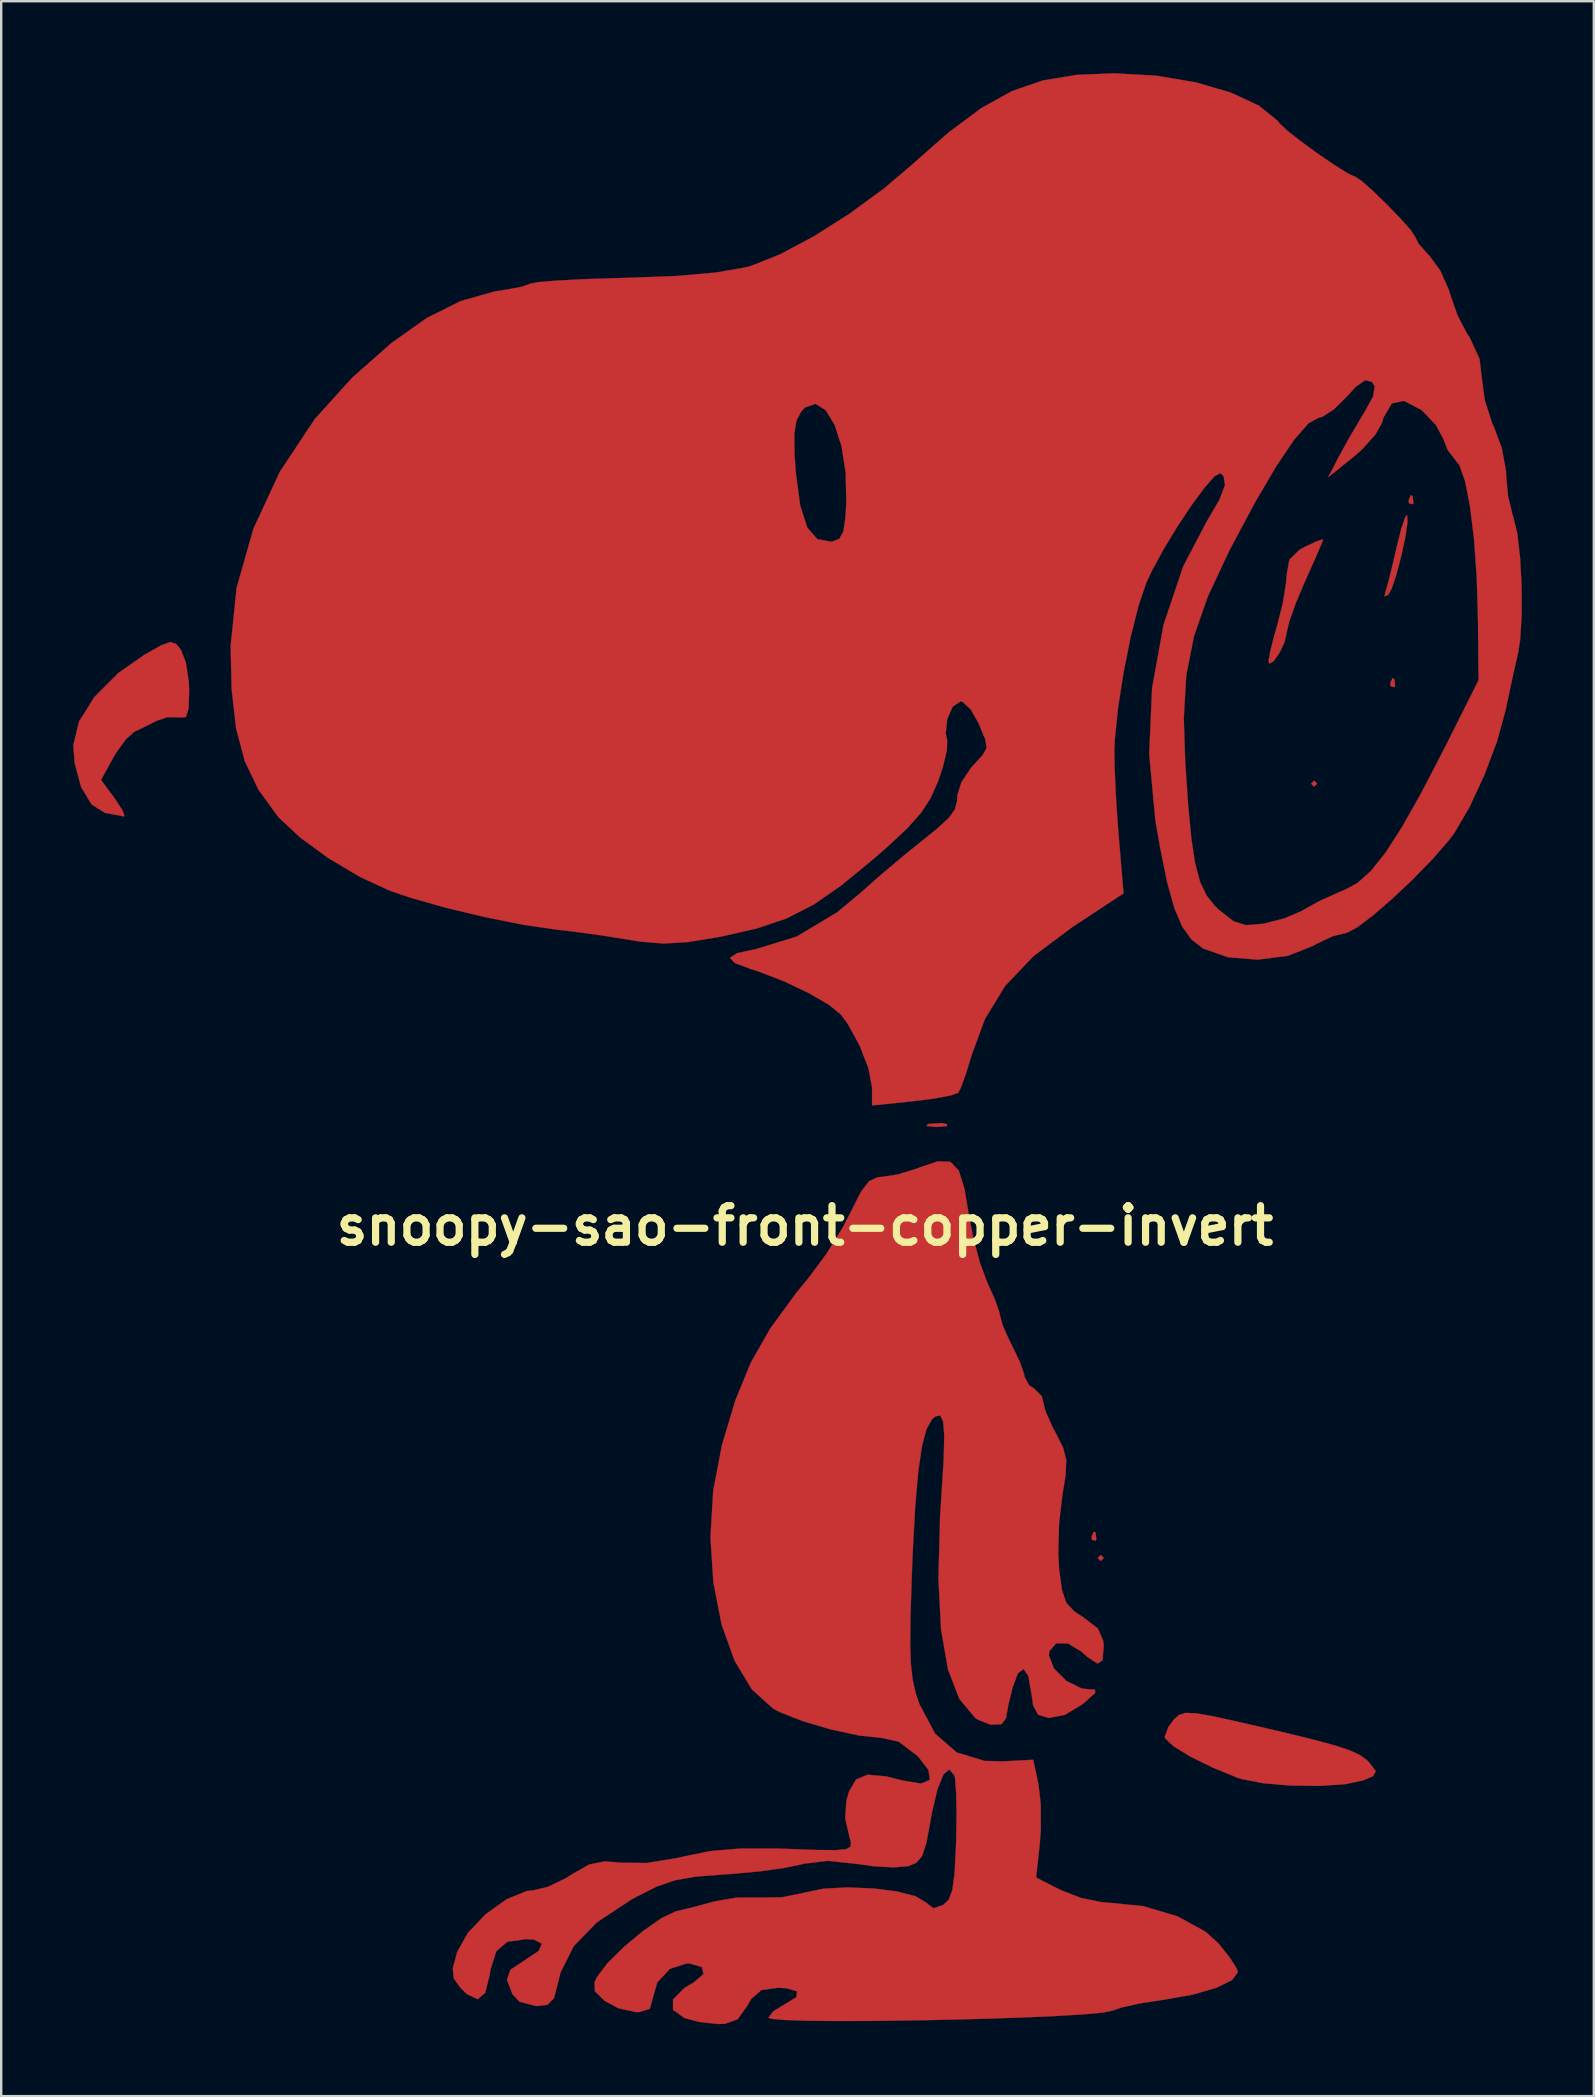
<source format=kicad_pcb>
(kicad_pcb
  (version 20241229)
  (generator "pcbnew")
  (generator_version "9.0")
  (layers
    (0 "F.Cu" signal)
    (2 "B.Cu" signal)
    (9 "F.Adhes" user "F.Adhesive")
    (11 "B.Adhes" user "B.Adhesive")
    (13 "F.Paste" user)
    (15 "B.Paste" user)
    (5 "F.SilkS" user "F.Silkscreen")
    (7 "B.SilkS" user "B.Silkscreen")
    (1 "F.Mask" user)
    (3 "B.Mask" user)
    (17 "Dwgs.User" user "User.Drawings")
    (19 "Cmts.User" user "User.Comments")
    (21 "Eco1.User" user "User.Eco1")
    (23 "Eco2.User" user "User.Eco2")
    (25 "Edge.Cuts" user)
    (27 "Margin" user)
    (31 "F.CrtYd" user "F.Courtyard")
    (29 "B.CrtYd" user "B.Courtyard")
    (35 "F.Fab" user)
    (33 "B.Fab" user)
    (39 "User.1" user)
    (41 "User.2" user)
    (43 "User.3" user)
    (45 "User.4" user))
  (footprint "snoopy-sao-front-copper-invert"
    (layer "F.Cu")
    (at 30.485 48.011)
    (property "Reference" "snoopy-sao-front-copper-invert" (at 0 0 0) (layer "F.SilkS") (effects (font (size 1.524 1.524) (thickness 0.3))))
    (attr through_hole)
    (fp_poly (pts (xy 12.446 13.843) (xy 12.319 13.97) (xy 12.192 13.843) (xy 12.319 13.716) (xy 12.446 13.843)) (stroke (width 0.01) (type solid)) (fill yes) (layer "F.Cu"))
    (fp_poly (pts (xy 21.336 -18.415) (xy 21.209 -18.288) (xy 21.082 -18.415) (xy 21.209 -18.542) (xy 21.336 -18.415)) (stroke (width 0.01) (type solid)) (fill yes) (layer "F.Cu"))
    (fp_poly (pts (xy 12.107 12.785) (xy 12.138 13.086) (xy 12.107 13.123) (xy 11.956 13.088) (xy 11.938 12.954) (xy 12.031 12.745) (xy 12.107 12.785)) (stroke (width 0.01) (type solid)) (fill yes) (layer "F.Cu"))
    (fp_poly (pts (xy 24.553 -22.775) (xy 24.584 -22.474) (xy 24.553 -22.437) (xy 24.402 -22.472) (xy 24.384 -22.606) (xy 24.477 -22.815) (xy 24.553 -22.775)) (stroke (width 0.01) (type solid)) (fill yes) (layer "F.Cu"))
    (fp_poly (pts (xy 25.315 -30.395) (xy 25.346 -30.094) (xy 25.315 -30.057) (xy 25.164 -30.092) (xy 25.146 -30.226) (xy 25.239 -30.435) (xy 25.315 -30.395)) (stroke (width 0.01) (type solid)) (fill yes) (layer "F.Cu"))
    (fp_poly (pts (xy 5.91 -4.231) (xy 5.919 -4.147) (xy 5.521 -4.113) (xy 5.461 -4.114) (xy 5.067 -4.15) (xy 5.105 -4.227) (xy 5.148 -4.24) (xy 5.702 -4.277) (xy 5.91 -4.231)) (stroke (width 0.01) (type solid)) (fill yes) (layer "F.Cu"))
    (fp_poly (pts (xy 25.103 -29.308) (xy 25.01 -28.683) (xy 24.842 -27.902) (xy 24.639 -27.129) (xy 24.437 -26.53) (xy 24.306 -26.289) (xy 24.144 -26.21) (xy 24.187 -26.416) (xy 24.313 -26.862) (xy 24.498 -27.617) (xy 24.646 -28.259) (xy 24.836 -29.015) (xy 24.997 -29.502) (xy 25.082 -29.612) (xy 25.103 -29.308)) (stroke (width 0.01) (type solid)) (fill yes) (layer "F.Cu"))
    (fp_poly (pts (xy 21.59 -28.591) (xy 21.493 -28.342) (xy 21.237 -27.752) (xy 20.876 -26.943) (xy 20.828 -26.838) (xy 20.45 -25.942) (xy 20.177 -25.179) (xy 20.066 -24.706) (xy 20.066 -24.692) (xy 19.976 -24.299) (xy 19.765 -23.86) (xy 19.526 -23.517) (xy 19.35 -23.412) (xy 19.312 -23.518) (xy 19.377 -23.906) (xy 19.551 -24.59) (xy 19.682 -25.042) (xy 19.909 -25.951) (xy 20.046 -26.805) (xy 20.063 -27.096) (xy 20.177 -27.742) (xy 20.606 -28.163) (xy 20.828 -28.283) (xy 21.339 -28.519) (xy 21.586 -28.596) (xy 21.59 -28.591)) (stroke (width 0.01) (type solid)) (fill yes) (layer "F.Cu"))
    (fp_poly (pts (xy 16.288 20.313) (xy 16.995 20.436) (xy 18.071 20.673) (xy 18.357 20.739) (xy 20.013 21.124) (xy 21.246 21.426) (xy 22.128 21.668) (xy 22.733 21.872) (xy 23.134 22.063) (xy 23.405 22.262) (xy 23.516 22.375) (xy 23.779 22.725) (xy 23.666 22.931) (xy 23.258 23.108) (xy 22.493 23.269) (xy 21.414 23.339) (xy 20.208 23.323) (xy 19.06 23.223) (xy 18.156 23.045) (xy 18.02 23) (xy 16.967 22.568) (xy 16.044 22.112) (xy 15.356 21.689) (xy 15.008 21.361) (xy 14.986 21.287) (xy 15.143 20.879) (xy 15.372 20.568) (xy 15.579 20.384) (xy 15.85 20.297) (xy 16.288 20.313)) (stroke (width 0.01) (type solid)) (fill yes) (layer "F.Cu"))
    (fp_poly (pts (xy -26.192 -24.229) (xy -26.001 -23.999) (xy -25.794 -23.469) (xy -25.67 -22.672) (xy -25.654 -22.276) (xy -25.682 -21.531) (xy -25.789 -21.193) (xy -26.011 -21.165) (xy -26.045 -21.178) (xy -26.562 -21.186) (xy -26.998 -21.038) (xy -27.598 -20.739) (xy -27.94 -20.577) (xy -28.299 -20.255) (xy -28.719 -19.668) (xy -28.824 -19.487) (xy -29.326 -18.57) (xy -28.752 -17.794) (xy -28.435 -17.312) (xy -28.348 -17.063) (xy -28.377 -17.053) (xy -28.762 -17.123) (xy -29.168 -17.2) (xy -29.717 -17.544) (xy -30.154 -18.27) (xy -30.423 -19.258) (xy -30.48 -20.012) (xy -30.248 -20.993) (xy -29.602 -22.025) (xy -28.613 -23.019) (xy -27.503 -23.795) (xy -26.823 -24.178) (xy -26.434 -24.316) (xy -26.192 -24.229)) (stroke (width 0.01) (type solid)) (fill yes) (layer "F.Cu"))
    (fp_poly (pts (xy 14.644 -47.907) (xy 16.286 -47.629) (xy 17.742 -47.203) (xy 18.91 -46.66) (xy 19.688 -46.03) (xy 19.765 -45.931) (xy 20.078 -45.631) (xy 20.656 -45.175) (xy 21.367 -44.658) (xy 22.074 -44.175) (xy 22.646 -43.82) (xy 22.943 -43.688) (xy 23.197 -43.52) (xy 23.673 -43.095) (xy 24.25 -42.533) (xy 24.81 -41.954) (xy 25.234 -41.478) (xy 25.4 -41.225) (xy 25.569 -40.899) (xy 25.979 -40.439) (xy 26.01 -40.409) (xy 26.465 -39.79) (xy 26.831 -38.967) (xy 26.892 -38.758) (xy 27.189 -37.906) (xy 27.585 -37.155) (xy 27.679 -37.024) (xy 28.102 -36.109) (xy 28.194 -35.319) (xy 28.318 -34.39) (xy 28.625 -33.437) (xy 28.702 -33.274) (xy 29.033 -32.38) (xy 29.204 -31.44) (xy 29.21 -31.269) (xy 29.287 -30.403) (xy 29.474 -29.62) (xy 29.504 -29.544) (xy 29.672 -28.853) (xy 29.791 -27.824) (xy 29.855 -26.625) (xy 29.857 -25.423) (xy 29.792 -24.387) (xy 29.709 -23.876) (xy 29.539 -23.124) (xy 29.326 -22.137) (xy 29.184 -21.463) (xy 28.829 -20.175) (xy 28.303 -18.774) (xy 27.686 -17.443) (xy 27.055 -16.365) (xy 26.843 -16.077) (xy 26.155 -15.286) (xy 25.335 -14.442) (xy 24.474 -13.629) (xy 23.664 -12.928) (xy 22.998 -12.423) (xy 22.568 -12.197) (xy 22.527 -12.192) (xy 21.994 -12.062) (xy 21.309 -11.742) (xy 21.169 -11.659) (xy 20.121 -11.244) (xy 18.868 -11.083) (xy 17.622 -11.182) (xy 16.592 -11.546) (xy 16.576 -11.555) (xy 16.105 -11.922) (xy 15.719 -12.453) (xy 15.39 -13.221) (xy 15.089 -14.3) (xy 14.791 -15.766) (xy 14.596 -16.891) (xy 14.34 -19.647) (xy 14.405 -21.147) (xy 15.781 -21.147) (xy 15.84 -19.318) (xy 15.964 -17.499) (xy 16.097 -16.111) (xy 16.257 -15.076) (xy 16.461 -14.318) (xy 16.727 -13.759) (xy 17.073 -13.323) (xy 17.25 -13.153) (xy 17.849 -12.685) (xy 18.371 -12.519) (xy 19.077 -12.578) (xy 19.132 -12.587) (xy 19.971 -12.804) (xy 20.699 -13.112) (xy 20.804 -13.177) (xy 21.453 -13.535) (xy 22.273 -13.904) (xy 22.461 -13.977) (xy 23.016 -14.276) (xy 23.582 -14.784) (xy 24.194 -15.552) (xy 24.886 -16.629) (xy 25.695 -18.068) (xy 26.653 -19.916) (xy 26.854 -20.316) (xy 28.06 -22.726) (xy 28.036 -25.269) (xy 27.984 -27.025) (xy 27.869 -28.623) (xy 27.702 -29.986) (xy 27.494 -31.036) (xy 27.256 -31.696) (xy 27.127 -31.856) (xy 26.779 -32.306) (xy 26.594 -32.775) (xy 26.285 -33.355) (xy 25.737 -33.931) (xy 25.648 -34) (xy 24.952 -34.362) (xy 24.446 -34.257) (xy 24.102 -33.672) (xy 24.035 -33.439) (xy 23.759 -32.952) (xy 23.215 -32.348) (xy 22.846 -32.023) (xy 21.8 -31.183) (xy 22.241 -32.038) (xy 22.672 -32.822) (xy 23.185 -33.689) (xy 23.301 -33.875) (xy 23.671 -34.552) (xy 23.732 -34.966) (xy 23.623 -35.145) (xy 23.342 -35.226) (xy 22.947 -34.95) (xy 22.579 -34.547) (xy 22.036 -34.009) (xy 21.543 -33.692) (xy 21.395 -33.658) (xy 20.972 -33.424) (xy 20.381 -32.745) (xy 19.638 -31.647) (xy 18.763 -30.158) (xy 17.772 -28.304) (xy 17.651 -28.067) (xy 16.783 -26.213) (xy 16.206 -24.559) (xy 15.884 -22.93) (xy 15.781 -21.147) (xy 14.405 -21.147) (xy 14.46 -22.399) (xy 14.94 -25.043) (xy 15.761 -27.476) (xy 16.729 -29.323) (xy 17.267 -30.244) (xy 17.497 -30.853) (xy 17.44 -31.225) (xy 17.303 -31.35) (xy 17.064 -31.222) (xy 16.645 -30.747) (xy 16.11 -30.022) (xy 15.526 -29.145) (xy 14.957 -28.211) (xy 14.47 -27.32) (xy 14.221 -26.791) (xy 13.895 -25.829) (xy 13.568 -24.529) (xy 13.274 -23.058) (xy 13.043 -21.584) (xy 12.909 -20.275) (xy 12.889 -19.838) (xy 12.9 -19.049) (xy 12.95 -17.946) (xy 13.03 -16.724) (xy 13.067 -16.256) (xy 13.27 -13.843) (xy 11.143 -12.443) (xy 9.531 -11.239) (xy 8.342 -9.995) (xy 7.495 -8.609) (xy 6.955 -7.143) (xy 6.709 -6.342) (xy 6.494 -5.75) (xy 6.385 -5.538) (xy 6.067 -5.424) (xy 5.39 -5.297) (xy 4.508 -5.185) (xy 2.794 -5.01) (xy 2.794 -5.753) (xy 2.65 -6.537) (xy 2.28 -7.496) (xy 1.778 -8.412) (xy 1.498 -8.794) (xy 0.994 -9.204) (xy 0.158 -9.689) (xy -0.858 -10.173) (xy -1.903 -10.578) (xy -2.214 -10.677) (xy -2.919 -10.939) (xy -3.124 -11.161) (xy -2.827 -11.354) (xy -2.023 -11.529) (xy -2.014 -11.53) (xy -0.338 -12.048) (xy 1.34 -13.055) (xy 2.259 -13.818) (xy 3.157 -14.612) (xy 4.167 -15.461) (xy 4.699 -15.89) (xy 5.514 -16.547) (xy 6.004 -17.001) (xy 6.251 -17.355) (xy 6.337 -17.711) (xy 6.346 -17.933) (xy 6.515 -18.473) (xy 6.924 -19.084) (xy 6.985 -19.153) (xy 7.404 -19.607) (xy 7.569 -19.908) (xy 7.509 -20.264) (xy 7.253 -20.883) (xy 7.236 -20.924) (xy 6.903 -21.512) (xy 6.556 -21.827) (xy 6.478 -21.844) (xy 6.155 -21.625) (xy 5.926 -21.11) (xy 5.863 -20.508) (xy 5.923 -20.222) (xy 5.912 -19.804) (xy 5.742 -19.097) (xy 5.543 -18.507) (xy 5.238 -17.819) (xy 4.837 -17.201) (xy 4.251 -16.545) (xy 3.391 -15.744) (xy 2.842 -15.266) (xy 1.5 -14.165) (xy 0.347 -13.368) (xy -0.767 -12.8) (xy -1.992 -12.385) (xy -3.478 -12.047) (xy -3.628 -12.018) (xy -4.896 -11.813) (xy -5.897 -11.754) (xy -6.848 -11.832) (xy -7.239 -11.895) (xy -8.414 -12.084) (xy -9.695 -12.258) (xy -10.287 -12.325) (xy -11.672 -12.525) (xy -13.303 -12.849) (xy -14.975 -13.249) (xy -16.484 -13.678) (xy -17.316 -13.963) (xy -18.558 -14.539) (xy -19.851 -15.311) (xy -21.022 -16.163) (xy -21.899 -16.981) (xy -21.958 -17.049) (xy -22.767 -18.163) (xy -23.337 -19.349) (xy -23.7 -20.715) (xy -23.886 -22.371) (xy -23.927 -24.141) (xy -23.677 -26.576) (xy -22.978 -29.032) (xy -21.877 -31.409) (xy -20.836 -32.977) (xy -0.446 -32.977) (xy -0.435 -32.127) (xy -0.381 -31.369) (xy -0.199 -29.999) (xy 0.092 -29.089) (xy 0.513 -28.601) (xy 1.084 -28.495) (xy 1.129 -28.5) (xy 1.426 -28.61) (xy 1.597 -28.911) (xy 1.687 -29.526) (xy 1.721 -30.099) (xy 1.696 -31.362) (xy 1.522 -32.474) (xy 1.232 -33.368) (xy 0.859 -33.979) (xy 0.436 -34.238) (xy -0.006 -34.081) (xy -0.163 -33.909) (xy -0.359 -33.53) (xy -0.446 -32.977) (xy -20.836 -32.977) (xy -20.417 -33.608) (xy -18.867 -35.322) (xy -17.231 -36.768) (xy -15.752 -37.817) (xy -14.345 -38.518) (xy -12.924 -38.921) (xy -12.431 -38.997) (xy -11.802 -39.116) (xy -11.417 -39.251) (xy -11.085 -39.312) (xy -10.341 -39.372) (xy -9.282 -39.428) (xy -8.007 -39.472) (xy -7.423 -39.486) (xy -5.332 -39.565) (xy -3.704 -39.708) (xy -2.497 -39.919) (xy -2.231 -39.99) (xy -1.046 -40.461) (xy 0.36 -41.211) (xy 1.851 -42.155) (xy 3.292 -43.209) (xy 4.413 -44.162) (xy 5.978 -45.54) (xy 7.345 -46.558) (xy 8.62 -47.266) (xy 9.911 -47.711) (xy 11.323 -47.942) (xy 12.915 -48.006) (xy 14.644 -47.907)) (stroke (width 0.01) (type solid)) (fill yes) (layer "F.Cu"))
    (fp_poly (pts (xy 6.058 -2.661) (xy 6.408 -2.296) (xy 6.646 -1.528) (xy 6.793 -0.638) (xy 7.003 0.48) (xy 7.295 1.566) (xy 7.593 2.358) (xy 7.91 3.07) (xy 8.101 3.615) (xy 8.128 3.764) (xy 8.241 4.163) (xy 8.522 4.794) (xy 8.636 5.014) (xy 8.955 5.682) (xy 9.132 6.195) (xy 9.144 6.291) (xy 9.348 6.661) (xy 9.525 6.766) (xy 9.863 7.102) (xy 9.906 7.295) (xy 10.025 7.742) (xy 10.322 8.406) (xy 10.459 8.661) (xy 10.757 9.251) (xy 10.883 9.763) (xy 10.858 10.393) (xy 10.721 11.236) (xy 10.585 12.397) (xy 10.551 13.647) (xy 10.588 14.319) (xy 10.707 15.186) (xy 10.89 15.714) (xy 11.222 16.071) (xy 11.596 16.313) (xy 12.202 16.78) (xy 12.432 17.315) (xy 12.446 17.551) (xy 12.392 18.113) (xy 12.184 18.243) (xy 11.753 17.957) (xy 11.523 17.748) (xy 10.955 17.403) (xy 10.46 17.4) (xy 10.181 17.726) (xy 10.16 17.899) (xy 10.374 18.45) (xy 10.89 18.964) (xy 11.519 19.275) (xy 11.748 19.305) (xy 12.085 19.33) (xy 12.087 19.464) (xy 11.725 19.797) (xy 11.557 19.938) (xy 10.829 20.376) (xy 10.16 20.508) (xy 9.713 20.375) (xy 9.504 19.987) (xy 9.443 19.558) (xy 9.309 18.777) (xy 9.109 18.467) (xy 8.874 18.641) (xy 8.658 19.21) (xy 8.482 19.917) (xy 8.388 20.438) (xy 8.383 20.511) (xy 8.188 20.769) (xy 7.728 20.789) (xy 7.186 20.571) (xy 7.088 20.502) (xy 6.431 19.716) (xy 5.959 18.493) (xy 5.668 16.824) (xy 5.559 14.7) (xy 5.628 12.112) (xy 5.685 11.231) (xy 5.777 9.768) (xy 5.802 8.759) (xy 5.756 8.153) (xy 5.632 7.901) (xy 5.424 7.952) (xy 5.299 8.061) (xy 5.067 8.458) (xy 4.875 9.17) (xy 4.719 10.241) (xy 4.591 11.713) (xy 4.487 13.63) (xy 4.449 14.605) (xy 4.398 16.191) (xy 4.383 17.371) (xy 4.409 18.243) (xy 4.484 18.908) (xy 4.612 19.467) (xy 4.77 19.939) (xy 5.421 21.161) (xy 6.317 21.943) (xy 7.48 22.297) (xy 8.243 22.316) (xy 9.507 22.249) (xy 9.724 23.253) (xy 9.82 24.097) (xy 9.826 25.14) (xy 9.785 25.707) (xy 9.629 27.156) (xy 10.647 27.675) (xy 11.502 28.006) (xy 12.361 28.184) (xy 12.55 28.194) (xy 14.095 28.347) (xy 15.525 28.773) (xy 16.696 29.418) (xy 17.209 29.882) (xy 17.691 30.481) (xy 17.988 30.952) (xy 18.034 31.095) (xy 17.796 31.423) (xy 17.142 31.747) (xy 16.163 32.032) (xy 14.952 32.246) (xy 14.887 32.255) (xy 13.962 32.398) (xy 13.188 32.57) (xy 12.802 32.703) (xy 12.422 32.78) (xy 11.637 32.853) (xy 10.523 32.921) (xy 9.16 32.982) (xy 7.624 33.035) (xy 5.994 33.078) (xy 4.348 33.11) (xy 2.764 33.129) (xy 1.319 33.133) (xy 0.092 33.121) (xy -0.839 33.091) (xy -1.397 33.042) (xy -1.524 32.993) (xy -1.318 32.725) (xy -0.889 32.466) (xy -0.361 32.141) (xy -0.328 31.898) (xy -0.78 31.765) (xy -1.136 31.75) (xy -1.813 31.842) (xy -2.238 32.21) (xy -2.413 32.512) (xy -2.808 33.061) (xy -3.341 33.251) (xy -3.626 33.258) (xy -4.404 33.173) (xy -5.016 33.012) (xy -5.498 32.665) (xy -5.497 32.234) (xy -5.021 31.756) (xy -4.628 31.521) (xy -4.228 31.176) (xy -4.298 30.883) (xy -4.804 30.738) (xy -4.929 30.734) (xy -5.624 30.959) (xy -6.152 31.522) (xy -6.35 32.215) (xy -6.464 32.625) (xy -6.896 32.758) (xy -7.048 32.76) (xy -7.777 32.599) (xy -8.349 32.292) (xy -8.752 31.894) (xy -8.767 31.516) (xy -8.671 31.308) (xy -8.236 30.73) (xy -7.544 30.047) (xy -6.741 29.378) (xy -5.973 28.843) (xy -5.384 28.563) (xy -5.355 28.557) (xy -4.654 28.391) (xy -3.836 28.168) (xy -3.775 28.15) (xy -2.857 27.992) (xy -1.914 27.987) (xy -1.888 27.99) (xy -0.962 27.978) (xy -0.048 27.794) (xy -0.018 27.783) (xy 0.763 27.621) (xy 1.764 27.567) (xy 2.837 27.609) (xy 3.835 27.735) (xy 4.611 27.934) (xy 5.002 28.172) (xy 5.352 28.435) (xy 5.764 28.294) (xy 5.989 28.074) (xy 6.138 27.677) (xy 6.23 26.999) (xy 6.287 25.939) (xy 6.297 25.646) (xy 6.314 24.565) (xy 6.299 23.652) (xy 6.255 23.044) (xy 6.225 22.9) (xy 6.012 22.65) (xy 5.768 22.86) (xy 5.517 23.483) (xy 5.284 24.474) (xy 5.227 24.801) (xy 5.055 25.725) (xy 4.877 26.266) (xy 4.632 26.547) (xy 4.299 26.681) (xy 3.688 26.733) (xy 2.816 26.681) (xy 2.21 26.594) (xy 0.95 26.459) (xy -0.069 26.583) (xy -0.187 26.615) (xy -0.891 26.762) (xy -1.913 26.901) (xy -3.06 27.006) (xy -3.366 27.026) (xy -4.542 27.117) (xy -5.412 27.268) (xy -6.176 27.532) (xy -7.036 27.964) (xy -7.246 28.08) (xy -8.669 29.021) (xy -9.632 30.013) (xy -10.184 31.111) (xy -10.294 31.559) (xy -10.46 32.19) (xy -10.732 32.458) (xy -11.195 32.512) (xy -11.893 32.329) (xy -12.183 32.021) (xy -12.417 31.414) (xy -12.272 30.997) (xy -11.693 30.612) (xy -11.684 30.607) (xy -11.093 30.214) (xy -10.962 29.911) (xy -11.293 29.742) (xy -11.62 29.722) (xy -12.399 29.833) (xy -12.859 30.224) (xy -13.102 30.993) (xy -13.134 31.205) (xy -13.323 31.96) (xy -13.633 32.226) (xy -14.086 32.012) (xy -14.352 31.749) (xy -14.632 31.358) (xy -14.673 30.938) (xy -14.493 30.272) (xy -14.486 30.251) (xy -14.038 29.455) (xy -13.304 28.684) (xy -12.438 28.064) (xy -11.596 27.719) (xy -11.307 27.686) (xy -10.72 27.546) (xy -9.984 27.194) (xy -9.727 27.032) (xy -8.989 26.611) (xy -8.328 26.482) (xy -7.705 26.536) (xy -6.597 26.55) (xy -5.252 26.328) (xy -5.038 26.275) (xy -3.931 26.052) (xy -2.692 25.947) (xy -1.158 25.948) (xy -0.695 25.964) (xy 0.507 26.007) (xy 1.285 26.014) (xy 1.723 25.971) (xy 1.904 25.866) (xy 1.912 25.686) (xy 1.881 25.578) (xy 1.675 24.689) (xy 1.725 23.949) (xy 1.84 23.558) (xy 2.127 23.071) (xy 2.61 22.872) (xy 3.386 22.942) (xy 4.055 23.112) (xy 4.837 23.241) (xy 5.206 23.085) (xy 5.143 22.672) (xy 4.701 22.1) (xy 3.9 21.493) (xy 3.181 21.336) (xy 2.255 21.24) (xy 1.097 20.991) (xy -0.075 20.647) (xy -1.044 20.268) (xy -1.314 20.127) (xy -2.209 19.324) (xy -2.935 18.121) (xy -3.477 16.606) (xy -3.817 14.863) (xy -3.938 12.978) (xy -3.823 11.038) (xy -3.461 9.144) (xy -2.899 7.27) (xy -2.26 5.713) (xy -1.45 4.288) (xy -0.374 2.814) (xy 0.179 2.138) (xy 0.892 1.174) (xy 1.573 0.076) (xy 1.918 -0.593) (xy 2.331 -1.414) (xy 2.673 -1.856) (xy 3.035 -2.021) (xy 3.202 -2.032) (xy 3.854 -2.131) (xy 4.637 -2.372) (xy 4.748 -2.417) (xy 5.527 -2.681) (xy 6.058 -2.661)) (stroke (width 0.01) (type solid)) (fill yes) (layer "F.Cu")))
  (gr_rect
    (start -3 -3)
    (end 63.347 84.274)
    (stroke (width 0.1) (type default))
    (fill no)
    (layer "Edge.Cuts")))
</source>
